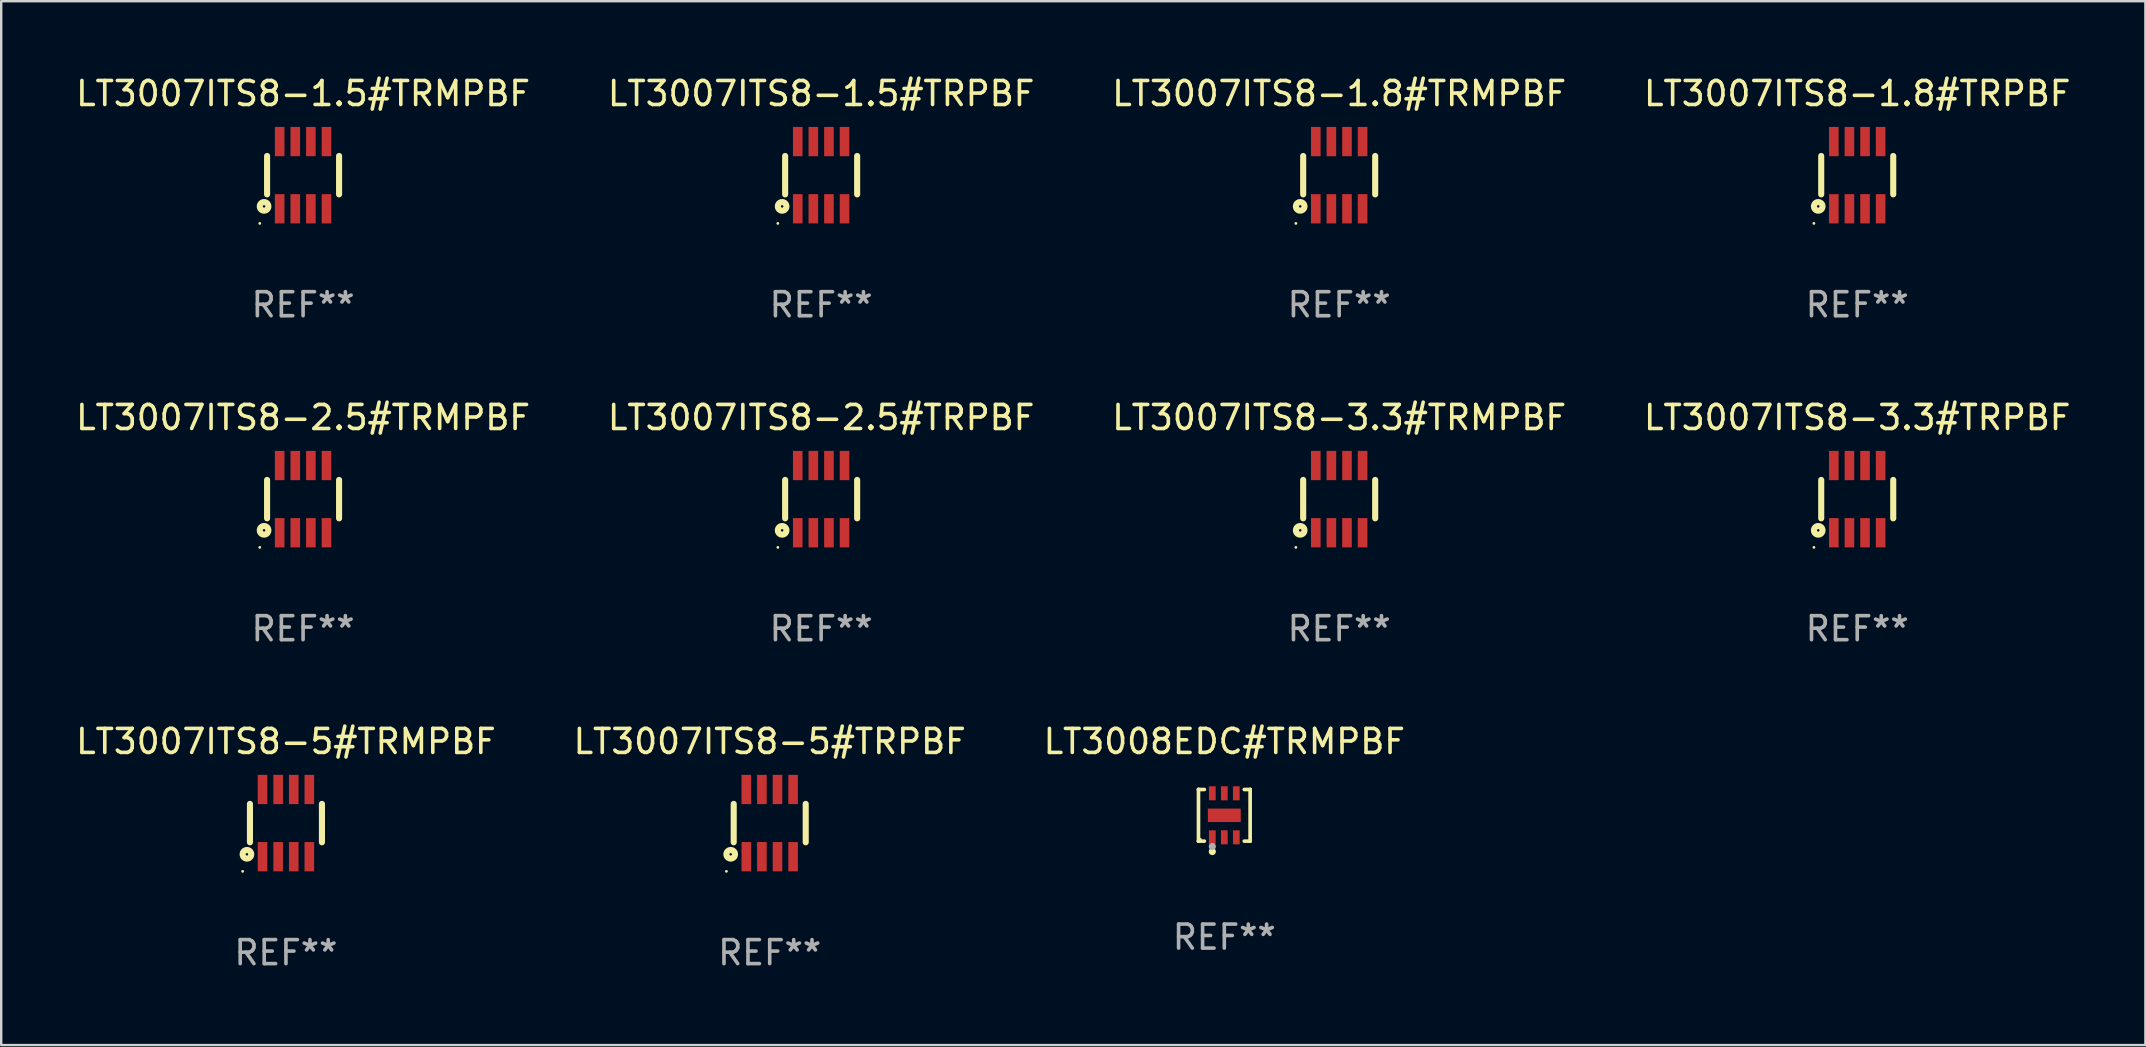
<source format=kicad_pcb>
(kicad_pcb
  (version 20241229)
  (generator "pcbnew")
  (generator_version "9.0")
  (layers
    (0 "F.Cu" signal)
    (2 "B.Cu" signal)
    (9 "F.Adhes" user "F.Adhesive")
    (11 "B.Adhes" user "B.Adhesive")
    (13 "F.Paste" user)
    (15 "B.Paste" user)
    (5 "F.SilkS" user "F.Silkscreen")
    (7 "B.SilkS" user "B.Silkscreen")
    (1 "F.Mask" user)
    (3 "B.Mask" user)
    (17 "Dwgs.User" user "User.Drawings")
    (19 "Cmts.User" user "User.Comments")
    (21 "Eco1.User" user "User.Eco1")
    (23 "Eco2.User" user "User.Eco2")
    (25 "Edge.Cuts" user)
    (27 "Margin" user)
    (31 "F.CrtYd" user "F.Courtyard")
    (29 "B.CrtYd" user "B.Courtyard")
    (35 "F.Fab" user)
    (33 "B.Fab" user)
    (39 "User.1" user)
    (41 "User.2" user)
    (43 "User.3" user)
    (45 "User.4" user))
  (footprint "LT3007ITS8-5#TRMPBF"
    (layer "F.Cu")
    (at 8.863 31.242)
    (property "Reference" "LT3007ITS8-5#TRMPBF" (at 0 -3.4 0) (layer "F.SilkS") (effects (font (size 1 1) (thickness 0.15))))
    (attr through_hole)
    (fp_line (start -1.5 0.8) (end -1.5 -0.8) (stroke (width 0.254) (type solid)) (layer "F.SilkS"))
    (fp_line (start 1.5 -0.8) (end 1.5 0.8) (stroke (width 0.254) (type solid)) (layer "F.SilkS"))
    (fp_circle (center -1.804 2.01) (end -1.774 2.01) (stroke (width 0.06) (type solid)) (fill no) (layer "F.SilkS"))
    (fp_circle (center -1.625 1.3) (end -1.573 1.3) (stroke (width 0.254) (type solid)) (fill no) (layer "F.SilkS"))
    (fp_text user "REF**" (at 0 5.4 0) (layer "F.Fab") (effects (font (size 1 1) (thickness 0.15))))
    (pad "1" smd rect (at -0.975 1.4 180) (size 0.4 1.22) (layers "F.Cu" "F.Mask" "F.Paste"))
    (pad "2" smd rect (at -0.325 1.4 180) (size 0.4 1.22) (layers "F.Cu" "F.Mask" "F.Paste"))
    (pad "3" smd rect (at 0.325 1.4 180) (size 0.4 1.22) (layers "F.Cu" "F.Mask" "F.Paste"))
    (pad "4" smd rect (at 0.975 1.4 180) (size 0.4 1.22) (layers "F.Cu" "F.Mask" "F.Paste"))
    (pad "5" smd rect (at 0.975 -1.4 180) (size 0.4 1.22) (layers "F.Cu" "F.Mask" "F.Paste"))
    (pad "6" smd rect (at 0.325 -1.4 180) (size 0.4 1.22) (layers "F.Cu" "F.Mask" "F.Paste"))
    (pad "7" smd rect (at -0.325 -1.4 180) (size 0.4 1.22) (layers "F.Cu" "F.Mask" "F.Paste"))
    (pad "8" smd rect (at -0.975 -1.4 180) (size 0.4 1.22) (layers "F.Cu" "F.Mask" "F.Paste")))
  (footprint "LT3007ITS8-1.8#TRPBF"
    (layer "F.Cu")
    (at 74.327 4.248)
    (property "Reference" "LT3007ITS8-1.8#TRPBF" (at 0 -3.4 0) (layer "F.SilkS") (effects (font (size 1 1) (thickness 0.15))))
    (attr through_hole)
    (fp_line (start -1.5 0.8) (end -1.5 -0.8) (stroke (width 0.254) (type solid)) (layer "F.SilkS"))
    (fp_line (start 1.5 -0.8) (end 1.5 0.8) (stroke (width 0.254) (type solid)) (layer "F.SilkS"))
    (fp_circle (center -1.804 2.01) (end -1.774 2.01) (stroke (width 0.06) (type solid)) (fill no) (layer "F.SilkS"))
    (fp_circle (center -1.625 1.3) (end -1.573 1.3) (stroke (width 0.254) (type solid)) (fill no) (layer "F.SilkS"))
    (fp_text user "REF**" (at 0 5.4 0) (layer "F.Fab") (effects (font (size 1 1) (thickness 0.15))))
    (pad "1" smd rect (at -0.975 1.4 180) (size 0.4 1.22) (layers "F.Cu" "F.Mask" "F.Paste"))
    (pad "2" smd rect (at -0.325 1.4 180) (size 0.4 1.22) (layers "F.Cu" "F.Mask" "F.Paste"))
    (pad "3" smd rect (at 0.325 1.4 180) (size 0.4 1.22) (layers "F.Cu" "F.Mask" "F.Paste"))
    (pad "4" smd rect (at 0.975 1.4 180) (size 0.4 1.22) (layers "F.Cu" "F.Mask" "F.Paste"))
    (pad "5" smd rect (at 0.975 -1.4 180) (size 0.4 1.22) (layers "F.Cu" "F.Mask" "F.Paste"))
    (pad "6" smd rect (at 0.325 -1.4 180) (size 0.4 1.22) (layers "F.Cu" "F.Mask" "F.Paste"))
    (pad "7" smd rect (at -0.325 -1.4 180) (size 0.4 1.22) (layers "F.Cu" "F.Mask" "F.Paste"))
    (pad "8" smd rect (at -0.975 -1.4 180) (size 0.4 1.22) (layers "F.Cu" "F.Mask" "F.Paste")))
  (footprint "LT3008EDC#TRMPBF"
    (layer "F.Cu")
    (at 47.958 30.918)
    (property "Reference" "LT3008EDC#TRMPBF" (at 0 -3.076 0) (layer "F.SilkS") (effects (font (size 1 1) (thickness 0.15))))
    (attr through_hole)
    (fp_line (start -1.076 -1.076) (end -1.076 -1.076) (stroke (width 0.152) (type solid)) (layer "F.SilkS"))
    (fp_line (start -1.076 -1.076) (end -0.831 -1.076) (stroke (width 0.152) (type solid)) (layer "F.SilkS"))
    (fp_line (start -1.076 1.076) (end -1.076 -1.076) (stroke (width 0.152) (type solid)) (layer "F.SilkS"))
    (fp_line (start -1.076 1.076) (end -1.076 1.076) (stroke (width 0.152) (type solid)) (layer "F.SilkS"))
    (fp_line (start -0.831 1.076) (end -1.076 1.076) (stroke (width 0.152) (type solid)) (layer "F.SilkS"))
    (fp_line (start 0.831 1.076) (end 1.076 1.076) (stroke (width 0.152) (type solid)) (layer "F.SilkS"))
    (fp_line (start 1.076 -1.076) (end 0.831 -1.076) (stroke (width 0.152) (type solid)) (layer "F.SilkS"))
    (fp_line (start 1.076 -1.076) (end 1.076 -1.076) (stroke (width 0.152) (type solid)) (layer "F.SilkS"))
    (fp_line (start 1.076 1.076) (end 1.076 -1.076) (stroke (width 0.152) (type solid)) (layer "F.SilkS"))
    (fp_line (start 1.076 1.076) (end 1.076 1.076) (stroke (width 0.152) (type solid)) (layer "F.SilkS"))
    (fp_circle (center -1 1) (end -0.97 1) (stroke (width 0.06) (type solid)) (fill no) (layer "F.SilkS"))
    (fp_circle (center -0.5 1.51) (end -0.425 1.51) (stroke (width 0.15) (type solid)) (fill no) (layer "F.SilkS"))
    (fp_circle (center -0.5 1.3) (end -0.425 1.3) (stroke (width 0.15) (type solid)) (fill no) (layer "F.Fab"))
    (fp_text user "REF**" (at 0 5.076 0) (layer "F.Fab") (effects (font (size 1 1) (thickness 0.15))))
    (pad "1" smd rect (at -0.5 0.917) (size 0.28 0.585) (layers "F.Cu" "F.Mask" "F.Paste"))
    (pad "2" smd rect (at 0 0.917) (size 0.28 0.585) (layers "F.Cu" "F.Mask" "F.Paste"))
    (pad "3" smd rect (at 0.5 0.917) (size 0.28 0.585) (layers "F.Cu" "F.Mask" "F.Paste"))
    (pad "4" smd rect (at 0.5 -0.917) (size 0.28 0.585) (layers "F.Cu" "F.Mask" "F.Paste"))
    (pad "5" smd rect (at 0 -0.917) (size 0.28 0.585) (layers "F.Cu" "F.Mask" "F.Paste"))
    (pad "6" smd rect (at -0.5 -0.917) (size 0.28 0.585) (layers "F.Cu" "F.Mask" "F.Paste"))
    (pad "7" smd rect (at 0 0) (size 1.37 0.56) (layers "F.Cu" "F.Mask" "F.Paste")))
  (footprint "LT3007ITS8-3.3#TRMPBF"
    (layer "F.Cu")
    (at 52.744 17.745)
    (property "Reference" "LT3007ITS8-3.3#TRMPBF" (at 0 -3.4 0) (layer "F.SilkS") (effects (font (size 1 1) (thickness 0.15))))
    (attr through_hole)
    (fp_line (start -1.5 0.8) (end -1.5 -0.8) (stroke (width 0.254) (type solid)) (layer "F.SilkS"))
    (fp_line (start 1.5 -0.8) (end 1.5 0.8) (stroke (width 0.254) (type solid)) (layer "F.SilkS"))
    (fp_circle (center -1.804 2.01) (end -1.774 2.01) (stroke (width 0.06) (type solid)) (fill no) (layer "F.SilkS"))
    (fp_circle (center -1.625 1.3) (end -1.573 1.3) (stroke (width 0.254) (type solid)) (fill no) (layer "F.SilkS"))
    (fp_text user "REF**" (at 0 5.4 0) (layer "F.Fab") (effects (font (size 1 1) (thickness 0.15))))
    (pad "1" smd rect (at -0.975 1.4 180) (size 0.4 1.22) (layers "F.Cu" "F.Mask" "F.Paste"))
    (pad "2" smd rect (at -0.325 1.4 180) (size 0.4 1.22) (layers "F.Cu" "F.Mask" "F.Paste"))
    (pad "3" smd rect (at 0.325 1.4 180) (size 0.4 1.22) (layers "F.Cu" "F.Mask" "F.Paste"))
    (pad "4" smd rect (at 0.975 1.4 180) (size 0.4 1.22) (layers "F.Cu" "F.Mask" "F.Paste"))
    (pad "5" smd rect (at 0.975 -1.4 180) (size 0.4 1.22) (layers "F.Cu" "F.Mask" "F.Paste"))
    (pad "6" smd rect (at 0.325 -1.4 180) (size 0.4 1.22) (layers "F.Cu" "F.Mask" "F.Paste"))
    (pad "7" smd rect (at -0.325 -1.4 180) (size 0.4 1.22) (layers "F.Cu" "F.Mask" "F.Paste"))
    (pad "8" smd rect (at -0.975 -1.4 180) (size 0.4 1.22) (layers "F.Cu" "F.Mask" "F.Paste")))
  (footprint "LT3007ITS8-2.5#TRMPBF"
    (layer "F.Cu")
    (at 9.577 17.745)
    (property "Reference" "LT3007ITS8-2.5#TRMPBF" (at 0 -3.4 0) (layer "F.SilkS") (effects (font (size 1 1) (thickness 0.15))))
    (attr through_hole)
    (fp_line (start -1.5 0.8) (end -1.5 -0.8) (stroke (width 0.254) (type solid)) (layer "F.SilkS"))
    (fp_line (start 1.5 -0.8) (end 1.5 0.8) (stroke (width 0.254) (type solid)) (layer "F.SilkS"))
    (fp_circle (center -1.804 2.01) (end -1.774 2.01) (stroke (width 0.06) (type solid)) (fill no) (layer "F.SilkS"))
    (fp_circle (center -1.625 1.3) (end -1.573 1.3) (stroke (width 0.254) (type solid)) (fill no) (layer "F.SilkS"))
    (fp_text user "REF**" (at 0 5.4 0) (layer "F.Fab") (effects (font (size 1 1) (thickness 0.15))))
    (pad "1" smd rect (at -0.975 1.4 180) (size 0.4 1.22) (layers "F.Cu" "F.Mask" "F.Paste"))
    (pad "2" smd rect (at -0.325 1.4 180) (size 0.4 1.22) (layers "F.Cu" "F.Mask" "F.Paste"))
    (pad "3" smd rect (at 0.325 1.4 180) (size 0.4 1.22) (layers "F.Cu" "F.Mask" "F.Paste"))
    (pad "4" smd rect (at 0.975 1.4 180) (size 0.4 1.22) (layers "F.Cu" "F.Mask" "F.Paste"))
    (pad "5" smd rect (at 0.975 -1.4 180) (size 0.4 1.22) (layers "F.Cu" "F.Mask" "F.Paste"))
    (pad "6" smd rect (at 0.325 -1.4 180) (size 0.4 1.22) (layers "F.Cu" "F.Mask" "F.Paste"))
    (pad "7" smd rect (at -0.325 -1.4 180) (size 0.4 1.22) (layers "F.Cu" "F.Mask" "F.Paste"))
    (pad "8" smd rect (at -0.975 -1.4 180) (size 0.4 1.22) (layers "F.Cu" "F.Mask" "F.Paste")))
  (footprint "LT3007ITS8-2.5#TRPBF"
    (layer "F.Cu")
    (at 31.161 17.745)
    (property "Reference" "LT3007ITS8-2.5#TRPBF" (at 0 -3.4 0) (layer "F.SilkS") (effects (font (size 1 1) (thickness 0.15))))
    (attr through_hole)
    (fp_line (start -1.5 0.8) (end -1.5 -0.8) (stroke (width 0.254) (type solid)) (layer "F.SilkS"))
    (fp_line (start 1.5 -0.8) (end 1.5 0.8) (stroke (width 0.254) (type solid)) (layer "F.SilkS"))
    (fp_circle (center -1.804 2.01) (end -1.774 2.01) (stroke (width 0.06) (type solid)) (fill no) (layer "F.SilkS"))
    (fp_circle (center -1.625 1.3) (end -1.573 1.3) (stroke (width 0.254) (type solid)) (fill no) (layer "F.SilkS"))
    (fp_text user "REF**" (at 0 5.4 0) (layer "F.Fab") (effects (font (size 1 1) (thickness 0.15))))
    (pad "1" smd rect (at -0.975 1.4 180) (size 0.4 1.22) (layers "F.Cu" "F.Mask" "F.Paste"))
    (pad "2" smd rect (at -0.325 1.4 180) (size 0.4 1.22) (layers "F.Cu" "F.Mask" "F.Paste"))
    (pad "3" smd rect (at 0.325 1.4 180) (size 0.4 1.22) (layers "F.Cu" "F.Mask" "F.Paste"))
    (pad "4" smd rect (at 0.975 1.4 180) (size 0.4 1.22) (layers "F.Cu" "F.Mask" "F.Paste"))
    (pad "5" smd rect (at 0.975 -1.4 180) (size 0.4 1.22) (layers "F.Cu" "F.Mask" "F.Paste"))
    (pad "6" smd rect (at 0.325 -1.4 180) (size 0.4 1.22) (layers "F.Cu" "F.Mask" "F.Paste"))
    (pad "7" smd rect (at -0.325 -1.4 180) (size 0.4 1.22) (layers "F.Cu" "F.Mask" "F.Paste"))
    (pad "8" smd rect (at -0.975 -1.4 180) (size 0.4 1.22) (layers "F.Cu" "F.Mask" "F.Paste")))
  (footprint "LT3007ITS8-1.8#TRMPBF"
    (layer "F.Cu")
    (at 52.744 4.248)
    (property "Reference" "LT3007ITS8-1.8#TRMPBF" (at 0 -3.4 0) (layer "F.SilkS") (effects (font (size 1 1) (thickness 0.15))))
    (attr through_hole)
    (fp_line (start -1.5 0.8) (end -1.5 -0.8) (stroke (width 0.254) (type solid)) (layer "F.SilkS"))
    (fp_line (start 1.5 -0.8) (end 1.5 0.8) (stroke (width 0.254) (type solid)) (layer "F.SilkS"))
    (fp_circle (center -1.804 2.01) (end -1.774 2.01) (stroke (width 0.06) (type solid)) (fill no) (layer "F.SilkS"))
    (fp_circle (center -1.625 1.3) (end -1.573 1.3) (stroke (width 0.254) (type solid)) (fill no) (layer "F.SilkS"))
    (fp_text user "REF**" (at 0 5.4 0) (layer "F.Fab") (effects (font (size 1 1) (thickness 0.15))))
    (pad "1" smd rect (at -0.975 1.4 180) (size 0.4 1.22) (layers "F.Cu" "F.Mask" "F.Paste"))
    (pad "2" smd rect (at -0.325 1.4 180) (size 0.4 1.22) (layers "F.Cu" "F.Mask" "F.Paste"))
    (pad "3" smd rect (at 0.325 1.4 180) (size 0.4 1.22) (layers "F.Cu" "F.Mask" "F.Paste"))
    (pad "4" smd rect (at 0.975 1.4 180) (size 0.4 1.22) (layers "F.Cu" "F.Mask" "F.Paste"))
    (pad "5" smd rect (at 0.975 -1.4 180) (size 0.4 1.22) (layers "F.Cu" "F.Mask" "F.Paste"))
    (pad "6" smd rect (at 0.325 -1.4 180) (size 0.4 1.22) (layers "F.Cu" "F.Mask" "F.Paste"))
    (pad "7" smd rect (at -0.325 -1.4 180) (size 0.4 1.22) (layers "F.Cu" "F.Mask" "F.Paste"))
    (pad "8" smd rect (at -0.975 -1.4 180) (size 0.4 1.22) (layers "F.Cu" "F.Mask" "F.Paste")))
  (footprint "LT3007ITS8-3.3#TRPBF"
    (layer "F.Cu")
    (at 74.327 17.745)
    (property "Reference" "LT3007ITS8-3.3#TRPBF" (at 0 -3.4 0) (layer "F.SilkS") (effects (font (size 1 1) (thickness 0.15))))
    (attr through_hole)
    (fp_line (start -1.5 0.8) (end -1.5 -0.8) (stroke (width 0.254) (type solid)) (layer "F.SilkS"))
    (fp_line (start 1.5 -0.8) (end 1.5 0.8) (stroke (width 0.254) (type solid)) (layer "F.SilkS"))
    (fp_circle (center -1.804 2.01) (end -1.774 2.01) (stroke (width 0.06) (type solid)) (fill no) (layer "F.SilkS"))
    (fp_circle (center -1.625 1.3) (end -1.573 1.3) (stroke (width 0.254) (type solid)) (fill no) (layer "F.SilkS"))
    (fp_text user "REF**" (at 0 5.4 0) (layer "F.Fab") (effects (font (size 1 1) (thickness 0.15))))
    (pad "1" smd rect (at -0.975 1.4 180) (size 0.4 1.22) (layers "F.Cu" "F.Mask" "F.Paste"))
    (pad "2" smd rect (at -0.325 1.4 180) (size 0.4 1.22) (layers "F.Cu" "F.Mask" "F.Paste"))
    (pad "3" smd rect (at 0.325 1.4 180) (size 0.4 1.22) (layers "F.Cu" "F.Mask" "F.Paste"))
    (pad "4" smd rect (at 0.975 1.4 180) (size 0.4 1.22) (layers "F.Cu" "F.Mask" "F.Paste"))
    (pad "5" smd rect (at 0.975 -1.4 180) (size 0.4 1.22) (layers "F.Cu" "F.Mask" "F.Paste"))
    (pad "6" smd rect (at 0.325 -1.4 180) (size 0.4 1.22) (layers "F.Cu" "F.Mask" "F.Paste"))
    (pad "7" smd rect (at -0.325 -1.4 180) (size 0.4 1.22) (layers "F.Cu" "F.Mask" "F.Paste"))
    (pad "8" smd rect (at -0.975 -1.4 180) (size 0.4 1.22) (layers "F.Cu" "F.Mask" "F.Paste")))
  (footprint "LT3007ITS8-1.5#TRMPBF"
    (layer "F.Cu")
    (at 9.577 4.248)
    (property "Reference" "LT3007ITS8-1.5#TRMPBF" (at 0 -3.4 0) (layer "F.SilkS") (effects (font (size 1 1) (thickness 0.15))))
    (attr through_hole)
    (fp_line (start -1.5 0.8) (end -1.5 -0.8) (stroke (width 0.254) (type solid)) (layer "F.SilkS"))
    (fp_line (start 1.5 -0.8) (end 1.5 0.8) (stroke (width 0.254) (type solid)) (layer "F.SilkS"))
    (fp_circle (center -1.804 2.01) (end -1.774 2.01) (stroke (width 0.06) (type solid)) (fill no) (layer "F.SilkS"))
    (fp_circle (center -1.625 1.3) (end -1.573 1.3) (stroke (width 0.254) (type solid)) (fill no) (layer "F.SilkS"))
    (fp_text user "REF**" (at 0 5.4 0) (layer "F.Fab") (effects (font (size 1 1) (thickness 0.15))))
    (pad "1" smd rect (at -0.975 1.4 180) (size 0.4 1.22) (layers "F.Cu" "F.Mask" "F.Paste"))
    (pad "2" smd rect (at -0.325 1.4 180) (size 0.4 1.22) (layers "F.Cu" "F.Mask" "F.Paste"))
    (pad "3" smd rect (at 0.325 1.4 180) (size 0.4 1.22) (layers "F.Cu" "F.Mask" "F.Paste"))
    (pad "4" smd rect (at 0.975 1.4 180) (size 0.4 1.22) (layers "F.Cu" "F.Mask" "F.Paste"))
    (pad "5" smd rect (at 0.975 -1.4 180) (size 0.4 1.22) (layers "F.Cu" "F.Mask" "F.Paste"))
    (pad "6" smd rect (at 0.325 -1.4 180) (size 0.4 1.22) (layers "F.Cu" "F.Mask" "F.Paste"))
    (pad "7" smd rect (at -0.325 -1.4 180) (size 0.4 1.22) (layers "F.Cu" "F.Mask" "F.Paste"))
    (pad "8" smd rect (at -0.975 -1.4 180) (size 0.4 1.22) (layers "F.Cu" "F.Mask" "F.Paste")))
  (footprint "LT3007ITS8-5#TRPBF"
    (layer "F.Cu")
    (at 29.018 31.242)
    (property "Reference" "LT3007ITS8-5#TRPBF" (at 0 -3.4 0) (layer "F.SilkS") (effects (font (size 1 1) (thickness 0.15))))
    (attr through_hole)
    (fp_line (start -1.5 0.8) (end -1.5 -0.8) (stroke (width 0.254) (type solid)) (layer "F.SilkS"))
    (fp_line (start 1.5 -0.8) (end 1.5 0.8) (stroke (width 0.254) (type solid)) (layer "F.SilkS"))
    (fp_circle (center -1.804 2.01) (end -1.774 2.01) (stroke (width 0.06) (type solid)) (fill no) (layer "F.SilkS"))
    (fp_circle (center -1.625 1.3) (end -1.573 1.3) (stroke (width 0.254) (type solid)) (fill no) (layer "F.SilkS"))
    (fp_text user "REF**" (at 0 5.4 0) (layer "F.Fab") (effects (font (size 1 1) (thickness 0.15))))
    (pad "1" smd rect (at -0.975 1.4 180) (size 0.4 1.22) (layers "F.Cu" "F.Mask" "F.Paste"))
    (pad "2" smd rect (at -0.325 1.4 180) (size 0.4 1.22) (layers "F.Cu" "F.Mask" "F.Paste"))
    (pad "3" smd rect (at 0.325 1.4 180) (size 0.4 1.22) (layers "F.Cu" "F.Mask" "F.Paste"))
    (pad "4" smd rect (at 0.975 1.4 180) (size 0.4 1.22) (layers "F.Cu" "F.Mask" "F.Paste"))
    (pad "5" smd rect (at 0.975 -1.4 180) (size 0.4 1.22) (layers "F.Cu" "F.Mask" "F.Paste"))
    (pad "6" smd rect (at 0.325 -1.4 180) (size 0.4 1.22) (layers "F.Cu" "F.Mask" "F.Paste"))
    (pad "7" smd rect (at -0.325 -1.4 180) (size 0.4 1.22) (layers "F.Cu" "F.Mask" "F.Paste"))
    (pad "8" smd rect (at -0.975 -1.4 180) (size 0.4 1.22) (layers "F.Cu" "F.Mask" "F.Paste")))
  (footprint "LT3007ITS8-1.5#TRPBF"
    (layer "F.Cu")
    (at 31.161 4.248)
    (property "Reference" "LT3007ITS8-1.5#TRPBF" (at 0 -3.4 0) (layer "F.SilkS") (effects (font (size 1 1) (thickness 0.15))))
    (attr through_hole)
    (fp_line (start -1.5 0.8) (end -1.5 -0.8) (stroke (width 0.254) (type solid)) (layer "F.SilkS"))
    (fp_line (start 1.5 -0.8) (end 1.5 0.8) (stroke (width 0.254) (type solid)) (layer "F.SilkS"))
    (fp_circle (center -1.804 2.01) (end -1.774 2.01) (stroke (width 0.06) (type solid)) (fill no) (layer "F.SilkS"))
    (fp_circle (center -1.625 1.3) (end -1.573 1.3) (stroke (width 0.254) (type solid)) (fill no) (layer "F.SilkS"))
    (fp_text user "REF**" (at 0 5.4 0) (layer "F.Fab") (effects (font (size 1 1) (thickness 0.15))))
    (pad "1" smd rect (at -0.975 1.4 180) (size 0.4 1.22) (layers "F.Cu" "F.Mask" "F.Paste"))
    (pad "2" smd rect (at -0.325 1.4 180) (size 0.4 1.22) (layers "F.Cu" "F.Mask" "F.Paste"))
    (pad "3" smd rect (at 0.325 1.4 180) (size 0.4 1.22) (layers "F.Cu" "F.Mask" "F.Paste"))
    (pad "4" smd rect (at 0.975 1.4 180) (size 0.4 1.22) (layers "F.Cu" "F.Mask" "F.Paste"))
    (pad "5" smd rect (at 0.975 -1.4 180) (size 0.4 1.22) (layers "F.Cu" "F.Mask" "F.Paste"))
    (pad "6" smd rect (at 0.325 -1.4 180) (size 0.4 1.22) (layers "F.Cu" "F.Mask" "F.Paste"))
    (pad "7" smd rect (at -0.325 -1.4 180) (size 0.4 1.22) (layers "F.Cu" "F.Mask" "F.Paste"))
    (pad "8" smd rect (at -0.975 -1.4 180) (size 0.4 1.22) (layers "F.Cu" "F.Mask" "F.Paste")))
  (gr_rect
    (start -3 -3)
    (end 86.333 40.49)
    (stroke (width 0.1) (type default))
    (fill no)
    (layer "Edge.Cuts")))
</source>
